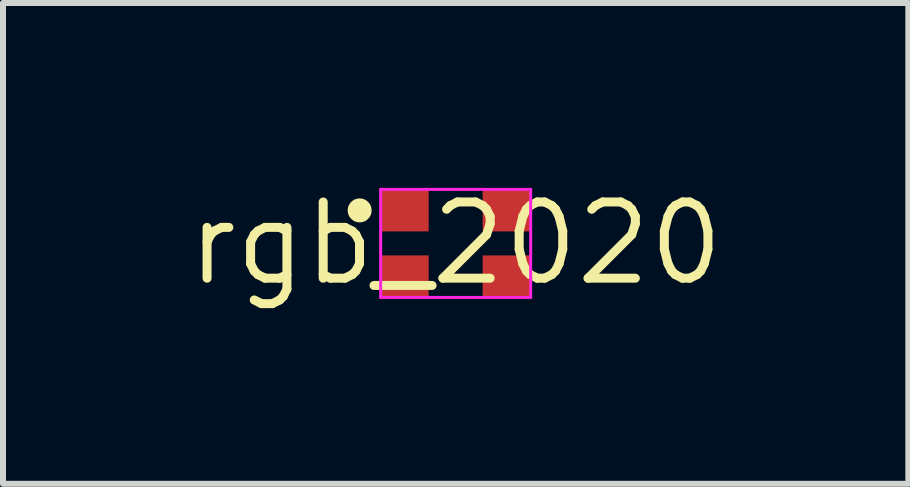
<source format=kicad_pcb>
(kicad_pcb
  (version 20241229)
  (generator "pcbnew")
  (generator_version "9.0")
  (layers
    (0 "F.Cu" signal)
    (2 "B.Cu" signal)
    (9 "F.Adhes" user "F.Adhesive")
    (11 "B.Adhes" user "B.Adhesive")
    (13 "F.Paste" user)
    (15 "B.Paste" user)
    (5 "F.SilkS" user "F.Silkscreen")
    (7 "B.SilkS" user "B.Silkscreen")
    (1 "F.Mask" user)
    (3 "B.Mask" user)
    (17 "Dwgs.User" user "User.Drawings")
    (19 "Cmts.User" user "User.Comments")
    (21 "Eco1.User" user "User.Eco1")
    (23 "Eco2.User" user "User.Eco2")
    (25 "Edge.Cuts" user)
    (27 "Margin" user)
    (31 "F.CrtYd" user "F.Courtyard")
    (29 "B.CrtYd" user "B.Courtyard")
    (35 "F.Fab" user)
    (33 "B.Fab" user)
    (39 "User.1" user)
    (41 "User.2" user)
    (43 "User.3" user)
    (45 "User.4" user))
  (footprint "rgb_2020"
    (layer "F.Cu")
    (at 4.543 1.006)
    (property "Reference" "rgb_2020" (at 0 0 0) (layer "F.SilkS") (effects (font (size 1.27 1.27) (thickness 0.15))))
    (attr through_hole)
    (fp_poly (pts (xy -1.25 -0.2) (xy -0.45 -0.2) (xy -0.45 -0.9) (xy -1.25 -0.9)) (stroke (width 0) (type solid)) (fill yes) (layer "F.Mask"))
    (fp_poly (pts (xy -1.25 0.9) (xy -0.45 0.9) (xy -0.45 0.2) (xy -1.25 0.2)) (stroke (width 0) (type solid)) (fill yes) (layer "F.Mask"))
    (fp_poly (pts (xy 0.45 -0.2) (xy 1.25 -0.2) (xy 1.25 -0.9) (xy 0.45 -0.9)) (stroke (width 0) (type solid)) (fill yes) (layer "F.Mask"))
    (fp_poly (pts (xy 0.45 0.9) (xy 1.25 0.9) (xy 1.25 0.2) (xy 0.45 0.2)) (stroke (width 0) (type solid)) (fill yes) (layer "F.Mask"))
    (fp_poly (pts (xy -1.4 -0.55) (xy -1.404 -0.589) (xy -1.415 -0.627) (xy -1.434 -0.661) (xy -1.459 -0.691) (xy -1.489 -0.716) (xy -1.523 -0.735) (xy -1.561 -0.746) (xy -1.6 -0.75) (xy -1.639 -0.746) (xy -1.677 -0.735) (xy -1.711 -0.716) (xy -1.741 -0.691) (xy -1.766 -0.661) (xy -1.785 -0.627) (xy -1.796 -0.589) (xy -1.8 -0.55) (xy -1.796 -0.511) (xy -1.785 -0.473) (xy -1.766 -0.439) (xy -1.741 -0.409) (xy -1.711 -0.384) (xy -1.677 -0.365) (xy -1.639 -0.354) (xy -1.6 -0.35) (xy -1.561 -0.354) (xy -1.523 -0.365) (xy -1.489 -0.384) (xy -1.459 -0.409) (xy -1.434 -0.439) (xy -1.415 -0.473) (xy -1.404 -0.511)) (stroke (width 0) (type solid)) (fill yes) (layer "F.SilkS"))
    (fp_poly (pts (xy -1.25 -0.2) (xy -0.45 -0.2) (xy -0.45 -0.9) (xy -1.25 -0.9)) (stroke (width 0) (type solid)) (fill yes) (layer "F.Paste"))
    (fp_poly (pts (xy -1.25 0.9) (xy -0.45 0.9) (xy -0.45 0.2) (xy -1.25 0.2)) (stroke (width 0) (type solid)) (fill yes) (layer "F.Paste"))
    (fp_poly (pts (xy 0.45 -0.2) (xy 1.25 -0.2) (xy 1.25 -0.9) (xy 0.45 -0.9)) (stroke (width 0) (type solid)) (fill yes) (layer "F.Paste"))
    (fp_poly (pts (xy 0.45 0.9) (xy 1.25 0.9) (xy 1.25 0.2) (xy 0.45 0.2)) (stroke (width 0) (type solid)) (fill yes) (layer "F.Paste"))
    (fp_line (start -1.25 -0.9) (end -1.25 0.9) (stroke (width 0.05) (type solid)) (layer "F.CrtYd"))
    (fp_line (start -1.25 0.9) (end 1.25 0.9) (stroke (width 0.05) (type solid)) (layer "F.CrtYd"))
    (fp_line (start 1.25 -0.9) (end -1.25 -0.9) (stroke (width 0.05) (type solid)) (layer "F.CrtYd"))
    (fp_line (start 1.25 0.9) (end 1.25 -0.9) (stroke (width 0.05) (type solid)) (layer "F.CrtYd"))
    (pad "1" smd rect (at -0.85 -0.55) (size 0.8 0.7) (layers "F.Cu"))
    (pad "2" smd rect (at 0.85 -0.55) (size 0.8 0.7) (layers "F.Cu"))
    (pad "3" smd rect (at -0.85 0.55) (size 0.8 0.7) (layers "F.Cu"))
    (pad "4" smd rect (at 0.85 0.55) (size 0.8 0.7) (layers "F.Cu")))
  (gr_rect
    (start -3 -3)
    (end 12.086 5.012)
    (stroke (width 0.1) (type default))
    (fill no)
    (layer "Edge.Cuts")))
</source>
